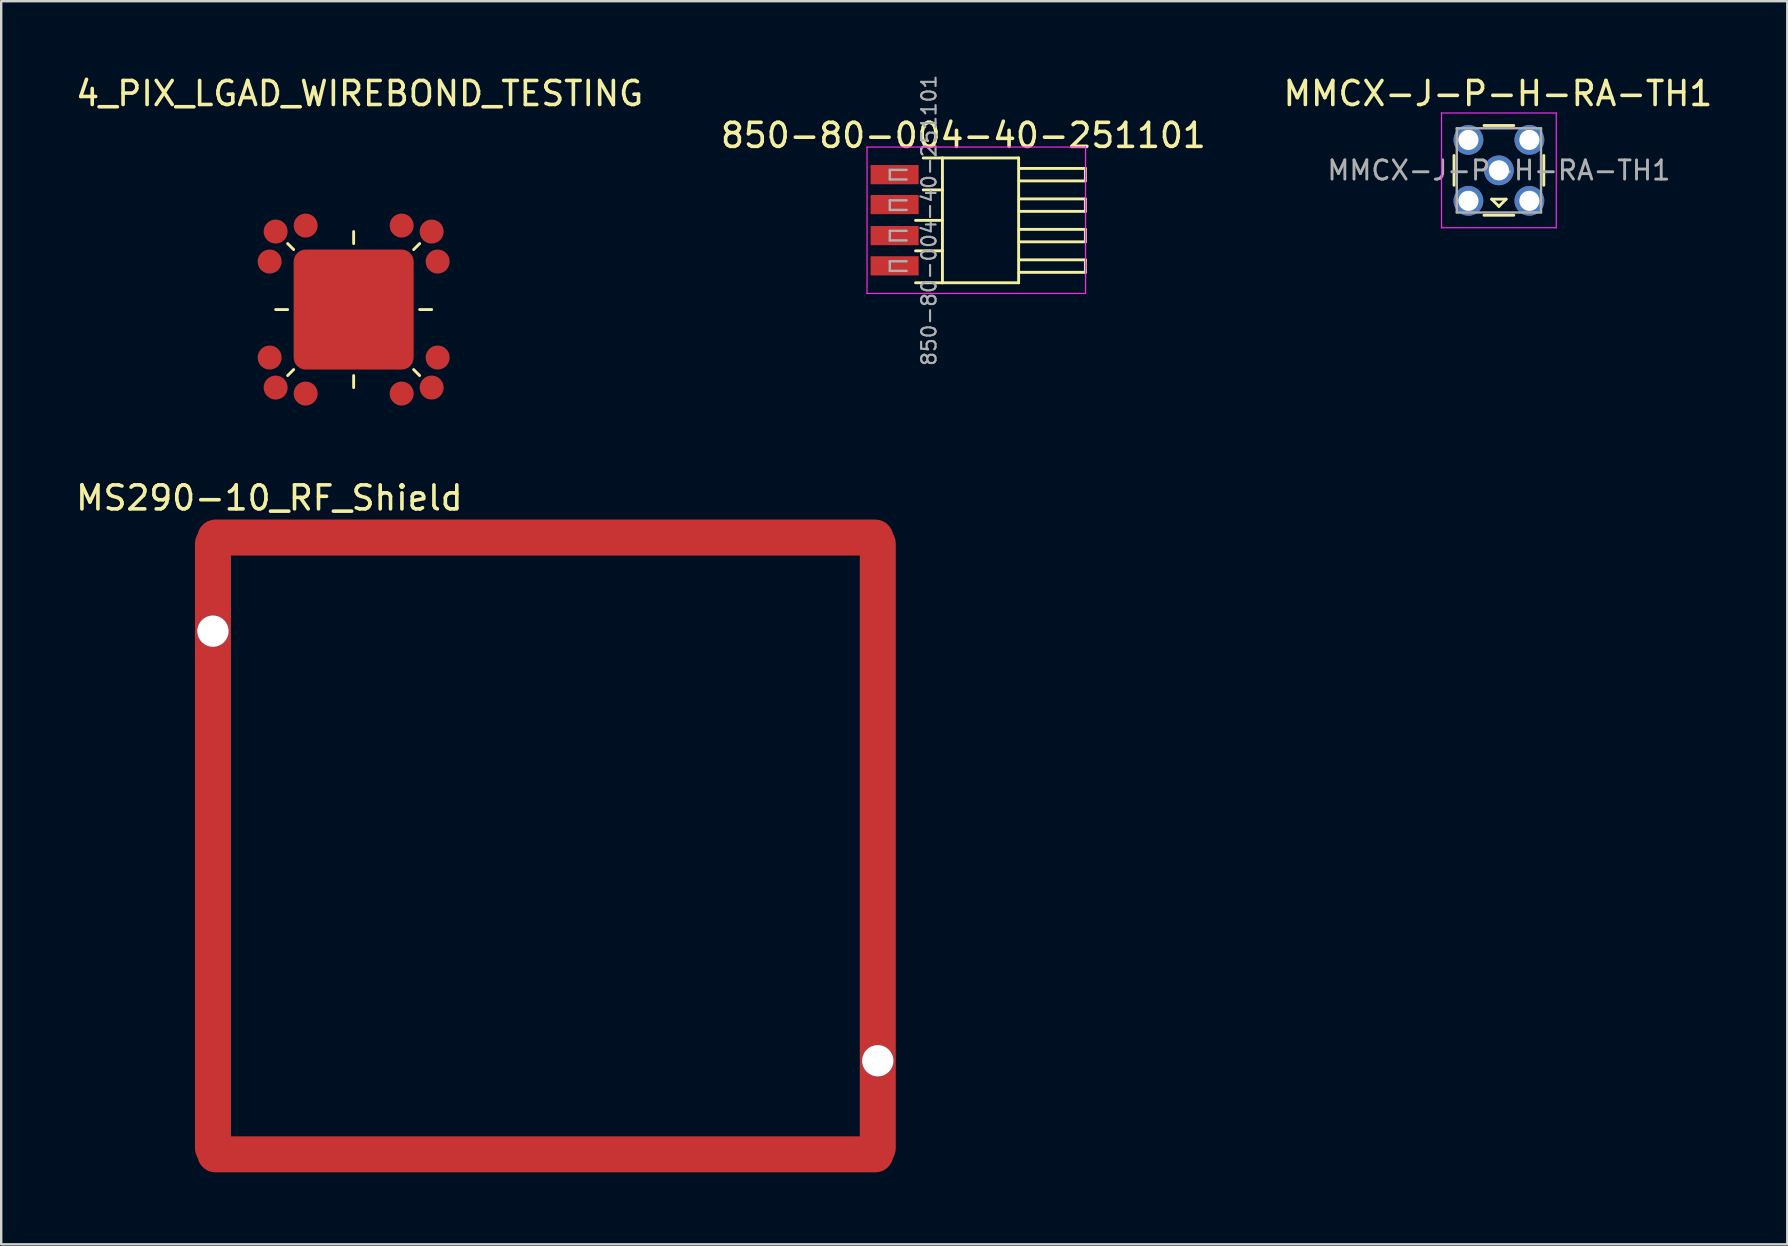
<source format=kicad_pcb>
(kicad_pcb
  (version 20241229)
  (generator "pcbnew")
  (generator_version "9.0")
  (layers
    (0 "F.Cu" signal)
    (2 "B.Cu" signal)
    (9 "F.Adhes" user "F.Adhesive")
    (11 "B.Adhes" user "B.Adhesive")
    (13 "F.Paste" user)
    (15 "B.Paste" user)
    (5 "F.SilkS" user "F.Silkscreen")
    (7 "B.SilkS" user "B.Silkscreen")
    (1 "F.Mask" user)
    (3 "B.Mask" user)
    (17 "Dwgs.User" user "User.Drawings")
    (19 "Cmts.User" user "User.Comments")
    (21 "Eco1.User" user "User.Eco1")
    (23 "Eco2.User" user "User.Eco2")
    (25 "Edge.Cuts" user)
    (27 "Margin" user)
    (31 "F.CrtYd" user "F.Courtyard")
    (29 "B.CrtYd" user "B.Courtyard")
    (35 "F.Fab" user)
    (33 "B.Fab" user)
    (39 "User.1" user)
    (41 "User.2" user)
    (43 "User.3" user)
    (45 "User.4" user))
  (footprint "850-80-004-40-251101"
    (layer "F.Cu")
    (at 34.225 4.227)
    (property "Reference" "850-80-004-40-251101" (at 2.864 -1.635 0) (layer "F.SilkS") (effects (font (size 1 1) (thickness 0.15))))
    (attr through_hole)
    (fp_line (start 0.872 1.905) (end 1.992 1.905) (stroke (width 0.12) (type solid)) (layer "F.SilkS"))
    (fp_line (start 0.872 3.175) (end 1.992 3.175) (stroke (width 0.12) (type solid)) (layer "F.SilkS"))
    (fp_line (start 1.192 -0.695) (end 1.992 -0.695) (stroke (width 0.12) (type solid)) (layer "F.SilkS"))
    (fp_line (start 1.192 0.635) (end 1.992 0.635) (stroke (width 0.12) (type solid)) (layer "F.SilkS"))
    (fp_line (start 1.992 -0.695) (end 1.992 4.505) (stroke (width 0.12) (type solid)) (layer "F.SilkS"))
    (fp_line (start 1.992 4.505) (end 0.872 4.505) (stroke (width 0.12) (type solid)) (layer "F.SilkS"))
    (fp_line (start 5.167 -0.695) (end 1.992 -0.695) (stroke (width 0.12) (type solid)) (layer "F.SilkS"))
    (fp_line (start 5.167 -0.695) (end 5.167 4.505) (stroke (width 0.12) (type solid)) (layer "F.SilkS"))
    (fp_line (start 5.167 4.505) (end 1.992 4.505) (stroke (width 0.12) (type solid)) (layer "F.SilkS"))
    (fp_line (start 5.182 -0.26) (end 7.948 -0.26) (stroke (width 0.12) (type solid)) (layer "F.SilkS"))
    (fp_line (start 5.182 1.01) (end 7.948 1.01) (stroke (width 0.12) (type solid)) (layer "F.SilkS"))
    (fp_line (start 5.182 2.28) (end 7.948 2.28) (stroke (width 0.12) (type solid)) (layer "F.SilkS"))
    (fp_line (start 5.182 3.55) (end 7.948 3.55) (stroke (width 0.12) (type solid)) (layer "F.SilkS"))
    (fp_line (start 7.948 -0.26) (end 7.948 0.26) (stroke (width 0.12) (type solid)) (layer "F.SilkS"))
    (fp_line (start 7.948 0.26) (end 5.182 0.26) (stroke (width 0.12) (type solid)) (layer "F.SilkS"))
    (fp_line (start 7.948 1.01) (end 7.948 1.53) (stroke (width 0.12) (type solid)) (layer "F.SilkS"))
    (fp_line (start 7.948 1.53) (end 5.182 1.53) (stroke (width 0.12) (type solid)) (layer "F.SilkS"))
    (fp_line (start 7.948 2.28) (end 7.948 2.8) (stroke (width 0.12) (type solid)) (layer "F.SilkS"))
    (fp_line (start 7.948 2.8) (end 5.182 2.8) (stroke (width 0.12) (type solid)) (layer "F.SilkS"))
    (fp_line (start 7.948 3.55) (end 7.948 4.07) (stroke (width 0.12) (type solid)) (layer "F.SilkS"))
    (fp_line (start 7.948 4.07) (end 5.182 4.07) (stroke (width 0.12) (type solid)) (layer "F.SilkS"))
    (fp_line (start -1.15 -1.15) (end -1.15 4.95) (stroke (width 0.05) (type solid)) (layer "F.CrtYd"))
    (fp_line (start -1.15 4.95) (end 7.956 4.95) (stroke (width 0.05) (type solid)) (layer "F.CrtYd"))
    (fp_line (start 7.956 -1.15) (end -1.15 -1.15) (stroke (width 0.05) (type solid)) (layer "F.CrtYd"))
    (fp_line (start 7.956 4.95) (end 7.956 -1.15) (stroke (width 0.05) (type solid)) (layer "F.CrtYd"))
    (fp_line (start -0.2 -0.2) (end -0.2 0.2) (stroke (width 0.1) (type solid)) (layer "F.Fab"))
    (fp_line (start -0.2 -0.2) (end 0.5 -0.2) (stroke (width 0.1) (type solid)) (layer "F.Fab"))
    (fp_line (start -0.2 0.2) (end 0.5 0.2) (stroke (width 0.1) (type solid)) (layer "F.Fab"))
    (fp_line (start -0.2 1.07) (end -0.2 1.47) (stroke (width 0.1) (type solid)) (layer "F.Fab"))
    (fp_line (start -0.2 1.07) (end 0.5 1.07) (stroke (width 0.1) (type solid)) (layer "F.Fab"))
    (fp_line (start -0.2 1.47) (end 0.5 1.47) (stroke (width 0.1) (type solid)) (layer "F.Fab"))
    (fp_line (start -0.2 2.34) (end -0.2 2.74) (stroke (width 0.1) (type solid)) (layer "F.Fab"))
    (fp_line (start -0.2 2.34) (end 0.5 2.34) (stroke (width 0.1) (type solid)) (layer "F.Fab"))
    (fp_line (start -0.2 2.74) (end 0.5 2.74) (stroke (width 0.1) (type solid)) (layer "F.Fab"))
    (fp_line (start -0.2 3.61) (end -0.2 4.01) (stroke (width 0.1) (type solid)) (layer "F.Fab"))
    (fp_line (start -0.2 3.61) (end 0.5 3.61) (stroke (width 0.1) (type solid)) (layer "F.Fab"))
    (fp_line (start -0.2 4.01) (end 0.5 4.01) (stroke (width 0.1) (type solid)) (layer "F.Fab"))
    (fp_text user "${REFERENCE}" (at 1.432 1.905 90) (layer "F.Fab") (effects (font (size 0.6 0.6) (thickness 0.09))))
    (pad "1" smd rect (at 0 0) (size 2 0.8) (layers "F.Cu" "F.Mask" "F.Paste"))
    (pad "2" smd rect (at 0 1.245) (size 2 0.8) (layers "F.Cu" "F.Mask" "F.Paste"))
    (pad "3" smd rect (at 0 2.54) (size 2 0.8) (layers "F.Cu" "F.Mask" "F.Paste"))
    (pad "4" smd rect (at 0 3.8) (size 2 0.8) (layers "F.Cu" "F.Mask" "F.Paste")))
  (footprint "MS290-10_RF_Shield"
    (layer "F.Cu")
    (at 19.673 32.197)
    (property "Reference" "MS290-10_RF_Shield" (at -11.5 -14.5 0) (layer "F.SilkS") (effects (font (size 1 1) (thickness 0.15))))
    (attr through_hole)
    (pad "1" thru_hole circle (at -13.85 -8.95) (size 1.3 1.3) (drill 1.3) (layers "*.Cu" "*.Mask"))
    (pad "1" smd roundrect (at -13.85 0) (size 1.5 26.7) (layers "F.Cu" "F.Mask" "F.Paste") (roundrect_rratio 0.5))
    (pad "1" smd roundrect (at 0 -12.85) (size 29 1.5) (layers "F.Cu" "F.Mask" "F.Paste") (roundrect_rratio 0.5))
    (pad "1" smd roundrect (at 0 12.85) (size 29 1.5) (layers "F.Cu" "F.Mask" "F.Paste") (roundrect_rratio 0.5))
    (pad "1" smd roundrect (at 13.85 0) (size 1.5 26.7) (layers "F.Cu" "F.Mask" "F.Paste") (roundrect_rratio 0.5))
    (pad "1" thru_hole circle (at 13.85 8.95) (size 1.3 1.3) (drill 1.3) (layers "*.Cu" "*.Mask")))
  (footprint "MMCX-J-P-H-RA-TH1"
    (layer "F.Cu")
    (at 59.403 4.048)
    (property "Reference" "MMCX-J-P-H-RA-TH1" (at -0.04 -3.2 0) (layer "F.SilkS") (effects (font (size 1 1) (thickness 0.15))))
    (attr through_hole)
    (fp_line (start -1.87 0.62) (end -1.87 -0.62) (stroke (width 0.12) (type solid)) (layer "F.SilkS"))
    (fp_line (start -0.3 1.2) (end 0 1.5) (stroke (width 0.12) (type solid)) (layer "F.SilkS"))
    (fp_line (start 0 1.5) (end 0.3 1.2) (stroke (width 0.12) (type solid)) (layer "F.SilkS"))
    (fp_line (start 0.3 1.2) (end -0.3 1.2) (stroke (width 0.12) (type solid)) (layer "F.SilkS"))
    (fp_line (start 0.62 -1.87) (end -0.62 -1.87) (stroke (width 0.12) (type solid)) (layer "F.SilkS"))
    (fp_line (start 0.62 1.87) (end -0.62 1.87) (stroke (width 0.12) (type solid)) (layer "F.SilkS"))
    (fp_line (start 1.87 0.62) (end 1.87 -0.62) (stroke (width 0.12) (type solid)) (layer "F.SilkS"))
    (fp_line (start -2.39 -2.39) (end 2.39 -2.39) (stroke (width 0.05) (type solid)) (layer "F.CrtYd"))
    (fp_line (start -2.39 2.39) (end -2.39 -2.39) (stroke (width 0.05) (type solid)) (layer "F.CrtYd"))
    (fp_line (start -2.39 2.39) (end 2.39 2.39) (stroke (width 0.05) (type solid)) (layer "F.CrtYd"))
    (fp_line (start 2.39 2.39) (end 2.39 -2.39) (stroke (width 0.05) (type solid)) (layer "F.CrtYd"))
    (fp_line (start -1.755 -1.755) (end -1.755 1.755) (stroke (width 0.1) (type solid)) (layer "F.Fab"))
    (fp_line (start -1.755 -1.755) (end 1.755 -1.755) (stroke (width 0.1) (type solid)) (layer "F.Fab"))
    (fp_line (start -1.755 1.755) (end 1.755 1.755) (stroke (width 0.1) (type solid)) (layer "F.Fab"))
    (fp_line (start 1.755 -1.755) (end 1.755 1.755) (stroke (width 0.1) (type solid)) (layer "F.Fab"))
    (fp_text user "${REFERENCE}" (at 0 0 0) (layer "F.Fab") (effects (font (size 0.8 0.8) (thickness 0.12))))
    (pad "1" thru_hole circle (at 0 0) (size 1.24 1.24) (drill 0.84) (layers "*.Cu" "*.Mask"))
    (pad "2" thru_hole circle (at -1.27 -1.27) (size 1.24 1.24) (drill 0.84) (layers "*.Cu" "*.Mask"))
    (pad "2" thru_hole circle (at -1.27 1.27) (size 1.24 1.24) (drill 0.84) (layers "*.Cu" "*.Mask"))
    (pad "2" thru_hole circle (at 1.27 -1.27) (size 1.24 1.24) (drill 0.84) (layers "*.Cu" "*.Mask"))
    (pad "2" thru_hole circle (at 1.27 1.27) (size 1.24 1.24) (drill 0.84) (layers "*.Cu" "*.Mask")))
  (footprint "4_PIX_LGAD_WIREBOND_TESTING"
    (layer "F.Cu")
    (at 11.685 9.848)
    (property "Reference" "4_PIX_LGAD_WIREBOND_TESTING" (at 0.25 -9 0) (layer "F.SilkS") (effects (font (size 1 1) (thickness 0.15))))
    (attr through_hole)
    (fp_line (start -3.25 0) (end -2.75 0) (stroke (width 0.12) (type solid)) (layer "F.SilkS"))
    (fp_line (start -2.75 -2.75) (end -2.5 -2.5) (stroke (width 0.12) (type solid)) (layer "F.SilkS"))
    (fp_line (start -2.75 2.75) (end -2.5 2.5) (stroke (width 0.12) (type solid)) (layer "F.SilkS"))
    (fp_line (start 0 -2.75) (end 0 -3.25) (stroke (width 0.12) (type solid)) (layer "F.SilkS"))
    (fp_line (start 0 3.25) (end 0 2.75) (stroke (width 0.12) (type solid)) (layer "F.SilkS"))
    (fp_line (start 2.75 -2.75) (end 2.5 -2.5) (stroke (width 0.12) (type solid)) (layer "F.SilkS"))
    (fp_line (start 2.75 2.75) (end 2.5 2.5) (stroke (width 0.12) (type solid)) (layer "F.SilkS"))
    (fp_line (start 3.25 0) (end 2.75 0) (stroke (width 0.12) (type solid)) (layer "F.SilkS"))
    (pad "1" smd roundrect (at 0 0) (size 5 5) (layers "F.Cu" "F.Mask" "F.Paste") (roundrect_rratio 0.1))
    (pad "2" smd circle (at -3.5 -2) (size 1 1) (layers "F.Cu" "F.Mask" "F.Paste"))
    (pad "2" smd circle (at -3.5 2) (size 1 1) (layers "F.Cu" "F.Mask" "F.Paste"))
    (pad "2" smd circle (at -2 -3.5) (size 1 1) (layers "F.Cu" "F.Mask" "F.Paste"))
    (pad "2" smd circle (at -2 3.5) (size 1 1) (layers "F.Cu" "F.Mask" "F.Paste"))
    (pad "2" smd circle (at 2 -3.5) (size 1 1) (layers "F.Cu" "F.Mask" "F.Paste"))
    (pad "2" smd circle (at 2 3.5) (size 1 1) (layers "F.Cu" "F.Mask" "F.Paste"))
    (pad "2" smd circle (at 3.5 -2) (size 1 1) (layers "F.Cu" "F.Mask" "F.Paste"))
    (pad "2" smd circle (at 3.5 2) (size 1 1) (layers "F.Cu" "F.Mask" "F.Paste"))
    (pad "3" smd circle (at -3.25 3.25) (size 1 1) (layers "F.Cu" "F.Mask" "F.Paste"))
    (pad "4" smd circle (at 3.25 3.25) (size 1 1) (layers "F.Cu" "F.Mask" "F.Paste"))
    (pad "5" smd circle (at 3.25 -3.25) (size 1 1) (layers "F.Cu" "F.Mask" "F.Paste"))
    (pad "6" smd circle (at -3.25 -3.25) (size 1 1) (layers "F.Cu" "F.Mask" "F.Paste")))
  (gr_rect
    (start -3 -3)
    (end 71.417 48.797)
    (stroke (width 0.1) (type default))
    (fill no)
    (layer "Edge.Cuts")))
</source>
